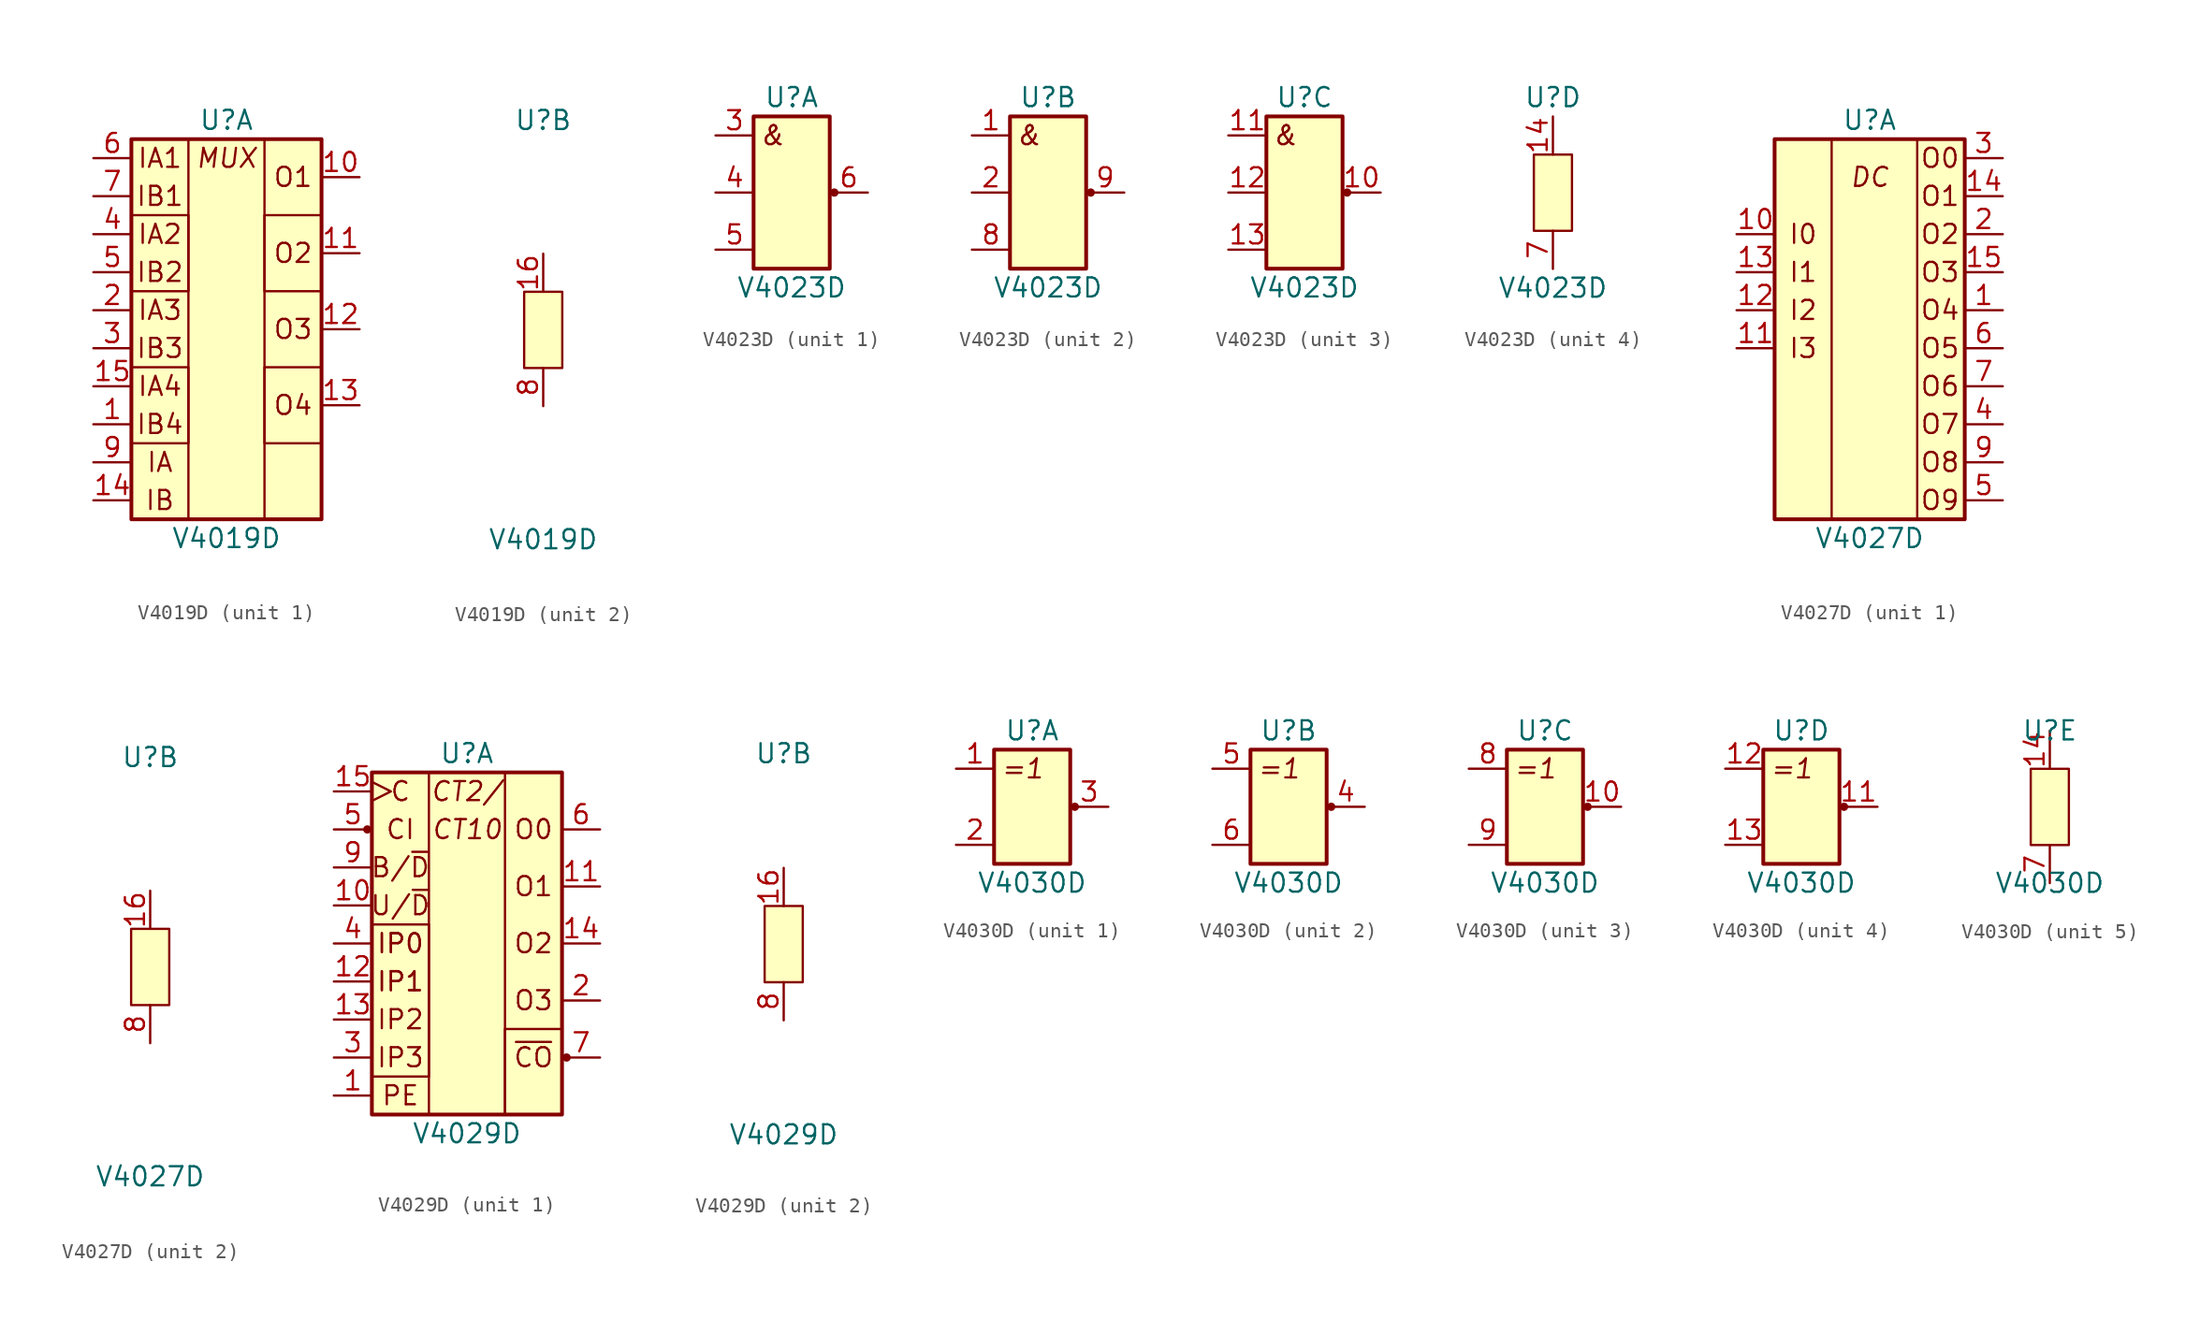
<source format=kicad_sym>
(kicad_symbol_lib
  (version 20211014)
  (generator kicad_symbol_editor)
  (symbol "V4019D"
    (pin_names
      (offset 1.016) hide)
    (property "Reference" "U"
      (at 0 13.97 0)
      (effects (font (size 1.27 1.27))))
    (property "Value" "V4019D"
      (at 0 -13.97 0)
      (effects (font (size 1.27 1.27))))
    (property "ki_locked" ""
      (at 0 0 0)
      (effects (font (size 1.27 1.27))))
    (symbol "V4019D_1_1"
      (rectangle (start -6.35 -2.54) (end -2.54 -7.62) (stroke (width 0) (type default) (color 0 0 0 0)) (fill (type none)))
      (rectangle (start -6.35 7.62) (end -2.54 2.54) (stroke (width 0) (type default) (color 0 0 0 0)) (fill (type none)))
      (rectangle (start -6.35 12.7) (end 6.35 -12.7) (stroke (width 0.254) (type default) (color 0 0 0 0)) (fill (type background)))
      (rectangle (start -2.54 12.7) (end 2.54 -12.7) (stroke (width 0) (type default) (color 0 0 0 0)) (fill (type none)))
      (rectangle (start 2.54 -2.54) (end 6.35 -7.62) (stroke (width 0) (type default) (color 0 0 0 0)) (fill (type none)))
      (rectangle (start 2.54 7.62) (end 6.35 2.54) (stroke (width 0) (type default) (color 0 0 0 0)) (fill (type none)))
      (text "IA" (at -4.445 -8.89 0) (effects (font (size 1.27 1.27))))
      (text "IA1" (at -4.445 11.43 0) (effects (font (size 1.27 1.27))))
      (text "IA2" (at -4.445 6.35 0) (effects (font (size 1.27 1.27))))
      (text "IA3" (at -4.445 1.27 0) (effects (font (size 1.27 1.27))))
      (text "IA4" (at -4.445 -3.81 0) (effects (font (size 1.27 1.27))))
      (text "IB" (at -4.445 -11.43 0) (effects (font (size 1.27 1.27))))
      (text "IB1" (at -4.445 8.89 0) (effects (font (size 1.27 1.27))))
      (text "IB2" (at -4.445 3.81 0) (effects (font (size 1.27 1.27))))
      (text "IB3" (at -4.445 -1.27 0) (effects (font (size 1.27 1.27))))
      (text "IB4" (at -4.445 -6.35 0) (effects (font (size 1.27 1.27))))
      (text "MUX" (at 0 11.43 0) (effects (font (size 1.27 1.27) italic)))
      (text "O1" (at 4.445 10.16 0) (effects (font (size 1.27 1.27))))
      (text "O2" (at 4.445 5.08 0) (effects (font (size 1.27 1.27))))
      (text "O3" (at 4.445 0 0) (effects (font (size 1.27 1.27))))
      (text "O4" (at 4.445 -5.08 0) (effects (font (size 1.27 1.27))))
      (pin input line (at -8.89 -6.35 0) (length 2.54) (name "IB4" (effects (font (size 1.27 1.27)))) (number "1" (effects (font (size 1.27 1.27)))))
      (pin output line (at 8.89 10.16 180) (length 2.54) (name "O1" (effects (font (size 1.27 1.27)))) (number "10" (effects (font (size 1.27 1.27)))))
      (pin output line (at 8.89 5.08 180) (length 2.54) (name "O2" (effects (font (size 1.27 1.27)))) (number "11" (effects (font (size 1.27 1.27)))))
      (pin output line (at 8.89 0 180) (length 2.54) (name "O3" (effects (font (size 1.27 1.27)))) (number "12" (effects (font (size 1.27 1.27)))))
      (pin output line (at 8.89 -5.08 180) (length 2.54) (name "O4" (effects (font (size 1.27 1.27)))) (number "13" (effects (font (size 1.27 1.27)))))
      (pin input line (at -8.89 -11.43 0) (length 2.54) (name "IB" (effects (font (size 1.27 1.27)))) (number "14" (effects (font (size 1.27 1.27)))))
      (pin input line (at -8.89 -3.81 0) (length 2.54) (name "IA4" (effects (font (size 1.27 1.27)))) (number "15" (effects (font (size 1.27 1.27)))))
      (pin input line (at -8.89 1.27 0) (length 2.54) (name "IA3" (effects (font (size 1.27 1.27)))) (number "2" (effects (font (size 1.27 1.27)))))
      (pin input line (at -8.89 -1.27 0) (length 2.54) (name "IB3" (effects (font (size 1.27 1.27)))) (number "3" (effects (font (size 1.27 1.27)))))
      (pin input line (at -8.89 6.35 0) (length 2.54) (name "IA2" (effects (font (size 1.27 1.27)))) (number "4" (effects (font (size 1.27 1.27)))))
      (pin input line (at -8.89 3.81 0) (length 2.54) (name "IB2" (effects (font (size 1.27 1.27)))) (number "5" (effects (font (size 1.27 1.27)))))
      (pin input line (at -8.89 11.43 0) (length 2.54) (name "IA1" (effects (font (size 1.27 1.27)))) (number "6" (effects (font (size 1.27 1.27)))))
      (pin input line (at -8.89 8.89 0) (length 2.54) (name "IB1" (effects (font (size 1.27 1.27)))) (number "7" (effects (font (size 1.27 1.27)))))
      (pin input line (at -8.89 -8.89 0) (length 2.54) (name "IA" (effects (font (size 1.27 1.27)))) (number "9" (effects (font (size 1.27 1.27))))))
    (symbol "V4019D_2_1"
      (rectangle (start -1.27 2.54) (end 1.27 -2.54) (stroke (width 0) (type default) (color 0 0 0 0)) (fill (type background)))
      (pin power_in line (at 0 5.08 270) (length 2.54) (name "Vcc" (effects (font (size 1.27 1.27)))) (number "16" (effects (font (size 1.27 1.27)))))
      (pin power_in line (at 0 -5.08 90) (length 2.54) (name "GND" (effects (font (size 1.27 1.27)))) (number "8" (effects (font (size 1.27 1.27)))))))
  (symbol "V4023D"
    (pin_names
      (offset 1.016) hide)
    (property "Reference" "U"
      (at 0 6.35 0)
      (effects (font (size 1.27 1.27))))
    (property "Value" "V4023D"
      (at 0 -6.35 0)
      (effects (font (size 1.27 1.27))))
    (property "ki_locked" ""
      (at 0 0 0)
      (effects (font (size 1.27 1.27))))
    (symbol "V4023D_1_0"
      (pin output line (at 5.08 0 180) (length 2.54) (name "Y1" (effects (font (size 1.27 1.27)))) (number "6" (effects (font (size 1.27 1.27))))))
    (symbol "V4023D_1_1"
      (rectangle (start -2.54 5.08) (end 2.54 -5.08) (stroke (width 0.254) (type default) (color 0 0 0 0)) (fill (type background)))
      (circle (center 2.845 0) (radius 0.203) (stroke (width 0) (type default) (color 0 0 0 0)) (fill (type outline)))
      (text "&" (at -1.27 3.81 0) (effects (font (size 1.27 1.27) italic)))
      (pin input line (at -5.08 3.81 0) (length 2.54) (name "A1" (effects (font (size 1.27 1.27)))) (number "3" (effects (font (size 1.27 1.27)))))
      (pin input line (at -5.08 0 0) (length 2.54) (name "B1" (effects (font (size 1.27 1.27)))) (number "4" (effects (font (size 1.27 1.27)))))
      (pin input line (at -5.08 -3.81 0) (length 2.54) (name "C1" (effects (font (size 1.27 1.27)))) (number "5" (effects (font (size 1.27 1.27))))))
    (symbol "V4023D_2_1"
      (rectangle (start -2.54 5.08) (end 2.54 -5.08) (stroke (width 0.254) (type default) (color 0 0 0 0)) (fill (type background)))
      (circle (center 2.845 0) (radius 0.203) (stroke (width 0) (type default) (color 0 0 0 0)) (fill (type outline)))
      (text "&" (at -1.27 3.81 0) (effects (font (size 1.27 1.27) italic)))
      (pin input line (at -5.08 3.81 0) (length 2.54) (name "A2" (effects (font (size 1.27 1.27)))) (number "1" (effects (font (size 1.27 1.27)))))
      (pin input line (at -5.08 0 0) (length 2.54) (name "B2" (effects (font (size 1.27 1.27)))) (number "2" (effects (font (size 1.27 1.27)))))
      (pin input line (at -5.08 -3.81 0) (length 2.54) (name "C2" (effects (font (size 1.27 1.27)))) (number "8" (effects (font (size 1.27 1.27)))))
      (pin output line (at 5.08 0 180) (length 2.54) (name "Y2" (effects (font (size 1.27 1.27)))) (number "9" (effects (font (size 1.27 1.27))))))
    (symbol "V4023D_3_1"
      (rectangle (start -2.54 5.08) (end 2.54 -5.08) (stroke (width 0.254) (type default) (color 0 0 0 0)) (fill (type background)))
      (circle (center 2.845 0) (radius 0.203) (stroke (width 0) (type default) (color 0 0 0 0)) (fill (type outline)))
      (text "&" (at -1.27 3.81 0) (effects (font (size 1.27 1.27) italic)))
      (pin output line (at 5.08 0 180) (length 2.54) (name "Y3" (effects (font (size 1.27 1.27)))) (number "10" (effects (font (size 1.27 1.27)))))
      (pin input line (at -5.08 3.81 0) (length 2.54) (name "A3" (effects (font (size 1.27 1.27)))) (number "11" (effects (font (size 1.27 1.27)))))
      (pin input line (at -5.08 0 0) (length 2.54) (name "B3" (effects (font (size 1.27 1.27)))) (number "12" (effects (font (size 1.27 1.27)))))
      (pin input line (at -5.08 -3.81 0) (length 2.54) (name "C3" (effects (font (size 1.27 1.27)))) (number "13" (effects (font (size 1.27 1.27))))))
    (symbol "V4023D_4_1"
      (rectangle (start -1.27 2.54) (end 1.27 -2.54) (stroke (width 0) (type default) (color 0 0 0 0)) (fill (type background)))
      (pin power_in line (at 0 5.08 270) (length 2.54) (name "Vcc" (effects (font (size 1.27 1.27)))) (number "14" (effects (font (size 1.27 1.27)))))
      (pin power_in line (at 0 -5.08 90) (length 2.54) (name "GND" (effects (font (size 1.27 1.27)))) (number "7" (effects (font (size 1.27 1.27)))))))
  (symbol "V4027D"
    (pin_names
      (offset 1.016) hide)
    (property "Reference" "U"
      (at 0 13.97 0)
      (effects (font (size 1.27 1.27))))
    (property "Value" "V4027D"
      (at 0 -13.97 0)
      (effects (font (size 1.27 1.27))))
    (property "ki_locked" ""
      (at 0 0 0)
      (effects (font (size 1.27 1.27))))
    (symbol "V4027D_1_1"
      (rectangle (start -6.35 12.7) (end 6.35 -12.7) (stroke (width 0.254) (type default) (color 0 0 0 0)) (fill (type background)))
      (rectangle (start 3.175 12.7) (end -2.54 -12.7) (stroke (width 0) (type default) (color 0 0 0 0)) (fill (type none)))
      (text "DC" (at 0 10.16 0) (effects (font (size 1.27 1.27) italic)))
      (text "I0" (at -4.445 6.35 0) (effects (font (size 1.27 1.27))))
      (text "I1" (at -4.445 3.81 0) (effects (font (size 1.27 1.27))))
      (text "I2" (at -4.445 1.27 0) (effects (font (size 1.27 1.27))))
      (text "I3" (at -4.445 -1.27 0) (effects (font (size 1.27 1.27))))
      (text "O0" (at 4.699 11.43 0) (effects (font (size 1.27 1.27))))
      (text "O1" (at 4.699 8.89 0) (effects (font (size 1.27 1.27))))
      (text "O2" (at 4.699 6.35 0) (effects (font (size 1.27 1.27))))
      (text "O3" (at 4.699 3.81 0) (effects (font (size 1.27 1.27))))
      (text "O4" (at 4.699 1.27 0) (effects (font (size 1.27 1.27))))
      (text "O5" (at 4.699 -1.27 0) (effects (font (size 1.27 1.27))))
      (text "O6" (at 4.699 -3.81 0) (effects (font (size 1.27 1.27))))
      (text "O7" (at 4.699 -6.35 0) (effects (font (size 1.27 1.27))))
      (text "O8" (at 4.699 -8.89 0) (effects (font (size 1.27 1.27))))
      (text "O9" (at 4.699 -11.43 0) (effects (font (size 1.27 1.27))))
      (pin output line (at 8.89 1.27 180) (length 2.54) (name "O4" (effects (font (size 1.27 1.27)))) (number "1" (effects (font (size 1.27 1.27)))))
      (pin input line (at -8.89 6.35 0) (length 2.54) (name "I0" (effects (font (size 1.27 1.27)))) (number "10" (effects (font (size 1.27 1.27)))))
      (pin input line (at -8.89 -1.27 0) (length 2.54) (name "I3" (effects (font (size 1.27 1.27)))) (number "11" (effects (font (size 1.27 1.27)))))
      (pin input line (at -8.89 1.27 0) (length 2.54) (name "I2" (effects (font (size 1.27 1.27)))) (number "12" (effects (font (size 1.27 1.27)))))
      (pin input line (at -8.89 3.81 0) (length 2.54) (name "I1" (effects (font (size 1.27 1.27)))) (number "13" (effects (font (size 1.27 1.27)))))
      (pin output line (at 8.89 8.89 180) (length 2.54) (name "O1" (effects (font (size 1.27 1.27)))) (number "14" (effects (font (size 1.27 1.27)))))
      (pin output line (at 8.89 3.81 180) (length 2.54) (name "O3" (effects (font (size 1.27 1.27)))) (number "15" (effects (font (size 1.27 1.27)))))
      (pin output line (at 8.89 6.35 180) (length 2.54) (name "O2" (effects (font (size 1.27 1.27)))) (number "2" (effects (font (size 1.27 1.27)))))
      (pin output line (at 8.89 11.43 180) (length 2.54) (name "O0" (effects (font (size 1.27 1.27)))) (number "3" (effects (font (size 1.27 1.27)))))
      (pin output line (at 8.89 -6.35 180) (length 2.54) (name "O7" (effects (font (size 1.27 1.27)))) (number "4" (effects (font (size 1.27 1.27)))))
      (pin output line (at 8.89 -11.43 180) (length 2.54) (name "O9" (effects (font (size 1.27 1.27)))) (number "5" (effects (font (size 1.27 1.27)))))
      (pin output line (at 8.89 -1.27 180) (length 2.54) (name "O5" (effects (font (size 1.27 1.27)))) (number "6" (effects (font (size 1.27 1.27)))))
      (pin output line (at 8.89 -3.81 180) (length 2.54) (name "O6" (effects (font (size 1.27 1.27)))) (number "7" (effects (font (size 1.27 1.27)))))
      (pin output line (at 8.89 -8.89 180) (length 2.54) (name "O8" (effects (font (size 1.27 1.27)))) (number "9" (effects (font (size 1.27 1.27))))))
    (symbol "V4027D_2_1"
      (rectangle (start -1.27 2.54) (end 1.27 -2.54) (stroke (width 0) (type default) (color 0 0 0 0)) (fill (type background)))
      (pin power_in line (at 0 5.08 270) (length 2.54) (name "Vcc" (effects (font (size 1.27 1.27)))) (number "16" (effects (font (size 1.27 1.27)))))
      (pin power_in line (at 0 -5.08 90) (length 2.54) (name "GND" (effects (font (size 1.27 1.27)))) (number "8" (effects (font (size 1.27 1.27)))))))
  (symbol "V4029D"
    (pin_names
      (offset 1.016) hide)
    (property "Reference" "U"
      (at 0 12.7 0)
      (effects (font (size 1.27 1.27))))
    (property "Value" "V4029D"
      (at 0 -12.7 0)
      (effects (font (size 1.27 1.27))))
    (property "ki_locked" ""
      (at 0 0 0)
      (effects (font (size 1.27 1.27))))
    (symbol "V4029D_1_0"
      (text "B/~{D}" (at -4.445 5.08 0) (effects (font (size 1.27 1.27))))
      (text "C" (at -4.445 10.16 0) (effects (font (size 1.27 1.27))))
      (text "CI" (at -4.445 7.62 0) (effects (font (size 1.27 1.27))))
      (text "CT10" (at 0 7.62 0) (effects (font (size 1.27 1.27) italic)))
      (text "CT2/" (at 0 10.16 0) (effects (font (size 1.27 1.27) italic)))
      (text "IP0" (at -4.445 0 0) (effects (font (size 1.27 1.27))))
      (text "IP0" (at -4.445 0 0) (effects (font (size 1.27 1.27))))
      (text "IP1" (at -4.445 -2.54 0) (effects (font (size 1.27 1.27))))
      (text "IP1" (at -4.445 -2.54 0) (effects (font (size 1.27 1.27))))
      (text "IP2" (at -4.445 -5.08 0) (effects (font (size 1.27 1.27))))
      (text "IP3" (at -4.445 -7.62 0) (effects (font (size 1.27 1.27))))
      (text "O0" (at 4.445 7.62 0) (effects (font (size 1.27 1.27))))
      (text "O1" (at 4.445 3.81 0) (effects (font (size 1.27 1.27))))
      (text "O2" (at 4.445 0 0) (effects (font (size 1.27 1.27))))
      (text "O3" (at 4.445 -3.81 0) (effects (font (size 1.27 1.27))))
      (text "PE" (at -4.445 -10.16 0) (effects (font (size 1.27 1.27))))
      (text "U/~{D}" (at -4.445 2.54 0) (effects (font (size 1.27 1.27))))
      (text "~{CO}" (at 4.445 -7.62 0) (effects (font (size 1.27 1.27)))))
    (symbol "V4029D_1_1"
      (circle (center -6.655 7.62) (radius 0.203) (stroke (width 0) (type default) (color 0 0 0 0)) (fill (type outline)))
      (rectangle (start -6.35 1.27) (end -2.54 -8.89) (stroke (width 0) (type default) (color 0 0 0 0)) (fill (type none)))
      (rectangle (start -6.35 11.43) (end 6.35 -11.43) (stroke (width 0.254) (type default) (color 0 0 0 0)) (fill (type background)))
      (rectangle (start -2.54 11.43) (end 2.54 -11.43) (stroke (width 0) (type default) (color 0 0 0 0)) (fill (type none)))
      (rectangle (start 2.54 -5.715) (end 6.35 -11.43) (stroke (width 0) (type default) (color 0 0 0 0)) (fill (type none)))
      (circle (center 6.655 -7.62) (radius 0.203) (stroke (width 0) (type default) (color 0 0 0 0)) (fill (type outline)))
      (pin input line (at -8.89 -10.16 0) (length 2.54) (name "PE" (effects (font (size 1.27 1.27)))) (number "1" (effects (font (size 1.27 1.27)))))
      (pin input line (at -8.89 2.54 0) (length 2.54) (name "UD" (effects (font (size 1.27 1.27)))) (number "10" (effects (font (size 1.27 1.27)))))
      (pin output line (at 8.89 3.81 180) (length 2.54) (name "O1" (effects (font (size 1.27 1.27)))) (number "11" (effects (font (size 1.27 1.27)))))
      (pin input line (at -8.89 -2.54 0) (length 2.54) (name "IP1" (effects (font (size 1.27 1.27)))) (number "12" (effects (font (size 1.27 1.27)))))
      (pin input line (at -8.89 -5.08 0) (length 2.54) (name "IP2" (effects (font (size 1.27 1.27)))) (number "13" (effects (font (size 1.27 1.27)))))
      (pin output line (at 8.89 0 180) (length 2.54) (name "O2" (effects (font (size 1.27 1.27)))) (number "14" (effects (font (size 1.27 1.27)))))
      (pin input clock (at -8.89 10.16 0) (length 2.54) (name "C" (effects (font (size 1.27 1.27)))) (number "15" (effects (font (size 1.27 1.27)))))
      (pin output line (at 8.89 -3.81 180) (length 2.54) (name "O3" (effects (font (size 1.27 1.27)))) (number "2" (effects (font (size 1.27 1.27)))))
      (pin input line (at -8.89 -7.62 0) (length 2.54) (name "IP3" (effects (font (size 1.27 1.27)))) (number "3" (effects (font (size 1.27 1.27)))))
      (pin input line (at -8.89 0 0) (length 2.54) (name "IP0" (effects (font (size 1.27 1.27)))) (number "4" (effects (font (size 1.27 1.27)))))
      (pin input line (at -8.89 7.62 0) (length 2.54) (name "~{CI}" (effects (font (size 1.27 1.27)))) (number "5" (effects (font (size 1.27 1.27)))))
      (pin output line (at 8.89 7.62 180) (length 2.54) (name "O0" (effects (font (size 1.27 1.27)))) (number "6" (effects (font (size 1.27 1.27)))))
      (pin output line (at 8.89 -7.62 180) (length 2.54) (name "~{CO}" (effects (font (size 1.27 1.27)))) (number "7" (effects (font (size 1.27 1.27)))))
      (pin input line (at -8.89 5.08 0) (length 2.54) (name "BD" (effects (font (size 1.27 1.27)))) (number "9" (effects (font (size 1.27 1.27))))))
    (symbol "V4029D_2_1"
      (rectangle (start -1.27 2.54) (end 1.27 -2.54) (stroke (width 0) (type default) (color 0 0 0 0)) (fill (type background)))
      (pin power_in line (at 0 5.08 270) (length 2.54) (name "Vcc" (effects (font (size 1.27 1.27)))) (number "16" (effects (font (size 1.27 1.27)))))
      (pin power_in line (at 0 -5.08 90) (length 2.54) (name "GND" (effects (font (size 1.27 1.27)))) (number "8" (effects (font (size 1.27 1.27)))))))
  (symbol "V4030D"
    (pin_names
      (offset 1.016) hide)
    (property "Reference" "U"
      (at 0 5.08 0)
      (effects (font (size 1.27 1.27))))
    (property "Value" "V4030D"
      (at 0 -5.08 0)
      (effects (font (size 1.27 1.27))))
    (property "ki_locked" ""
      (at 0 0 0)
      (effects (font (size 1.27 1.27))))
    (symbol "V4030D_1_0"
      (pin output line (at 5.08 0 180) (length 2.54) (name "Y1" (effects (font (size 1.27 1.27)))) (number "3" (effects (font (size 1.27 1.27))))))
    (symbol "V4030D_1_1"
      (rectangle (start -2.54 3.81) (end 2.54 -3.81) (stroke (width 0.254) (type default) (color 0 0 0 0)) (fill (type background)))
      (circle (center 2.845 0) (radius 0.203) (stroke (width 0) (type default) (color 0 0 0 0)) (fill (type outline)))
      (text "=1" (at -0.635 2.54 0) (effects (font (size 1.27 1.27) italic)))
      (pin input line (at -5.08 2.54 0) (length 2.54) (name "A1" (effects (font (size 1.27 1.27)))) (number "1" (effects (font (size 1.27 1.27)))))
      (pin input line (at -5.08 -2.54 0) (length 2.54) (name "B1" (effects (font (size 1.27 1.27)))) (number "2" (effects (font (size 1.27 1.27))))))
    (symbol "V4030D_2_0"
      (pin output line (at 5.08 0 180) (length 2.54) (name "Y2" (effects (font (size 1.27 1.27)))) (number "4" (effects (font (size 1.27 1.27)))))
      (pin input line (at -5.08 2.54 0) (length 2.54) (name "A2" (effects (font (size 1.27 1.27)))) (number "5" (effects (font (size 1.27 1.27)))))
      (pin input line (at -5.08 -2.54 0) (length 2.54) (name "B2" (effects (font (size 1.27 1.27)))) (number "6" (effects (font (size 1.27 1.27))))))
    (symbol "V4030D_2_1"
      (rectangle (start -2.54 3.81) (end 2.54 -3.81) (stroke (width 0.254) (type default) (color 0 0 0 0)) (fill (type background)))
      (circle (center 2.845 0) (radius 0.203) (stroke (width 0) (type default) (color 0 0 0 0)) (fill (type outline)))
      (text "=1" (at -0.635 2.54 0) (effects (font (size 1.27 1.27) italic))))
    (symbol "V4030D_3_0"
      (pin output line (at 5.08 0 180) (length 2.54) (name "Y3" (effects (font (size 1.27 1.27)))) (number "10" (effects (font (size 1.27 1.27))))))
    (symbol "V4030D_3_1"
      (rectangle (start -2.54 3.81) (end 2.54 -3.81) (stroke (width 0.254) (type default) (color 0 0 0 0)) (fill (type background)))
      (circle (center 2.845 0) (radius 0.203) (stroke (width 0) (type default) (color 0 0 0 0)) (fill (type outline)))
      (text "=1" (at -0.635 2.54 0) (effects (font (size 1.27 1.27) italic)))
      (pin input line (at -5.08 2.54 0) (length 2.54) (name "A3" (effects (font (size 1.27 1.27)))) (number "8" (effects (font (size 1.27 1.27)))))
      (pin input line (at -5.08 -2.54 0) (length 2.54) (name "B3" (effects (font (size 1.27 1.27)))) (number "9" (effects (font (size 1.27 1.27))))))
    (symbol "V4030D_4_0"
      (pin output line (at 5.08 0 180) (length 2.54) (name "Y4" (effects (font (size 1.27 1.27)))) (number "11" (effects (font (size 1.27 1.27))))))
    (symbol "V4030D_4_1"
      (rectangle (start -2.54 3.81) (end 2.54 -3.81) (stroke (width 0.254) (type default) (color 0 0 0 0)) (fill (type background)))
      (circle (center 2.845 0) (radius 0.203) (stroke (width 0) (type default) (color 0 0 0 0)) (fill (type outline)))
      (text "=1" (at -0.635 2.54 0) (effects (font (size 1.27 1.27) italic)))
      (pin input line (at -5.08 2.54 0) (length 2.54) (name "A4" (effects (font (size 1.27 1.27)))) (number "12" (effects (font (size 1.27 1.27)))))
      (pin input line (at -5.08 -2.54 0) (length 2.54) (name "B4" (effects (font (size 1.27 1.27)))) (number "13" (effects (font (size 1.27 1.27))))))
    (symbol "V4030D_5_1"
      (rectangle (start -1.27 2.54) (end 1.27 -2.54) (stroke (width 0) (type default) (color 0 0 0 0)) (fill (type background)))
      (pin power_in line (at 0 5.08 270) (length 2.54) (name "Vcc" (effects (font (size 1.27 1.27)))) (number "14" (effects (font (size 1.27 1.27)))))
      (pin power_in line (at 0 -5.08 90) (length 2.54) (name "GND" (effects (font (size 1.27 1.27)))) (number "7" (effects (font (size 1.27 1.27))))))))
</source>
